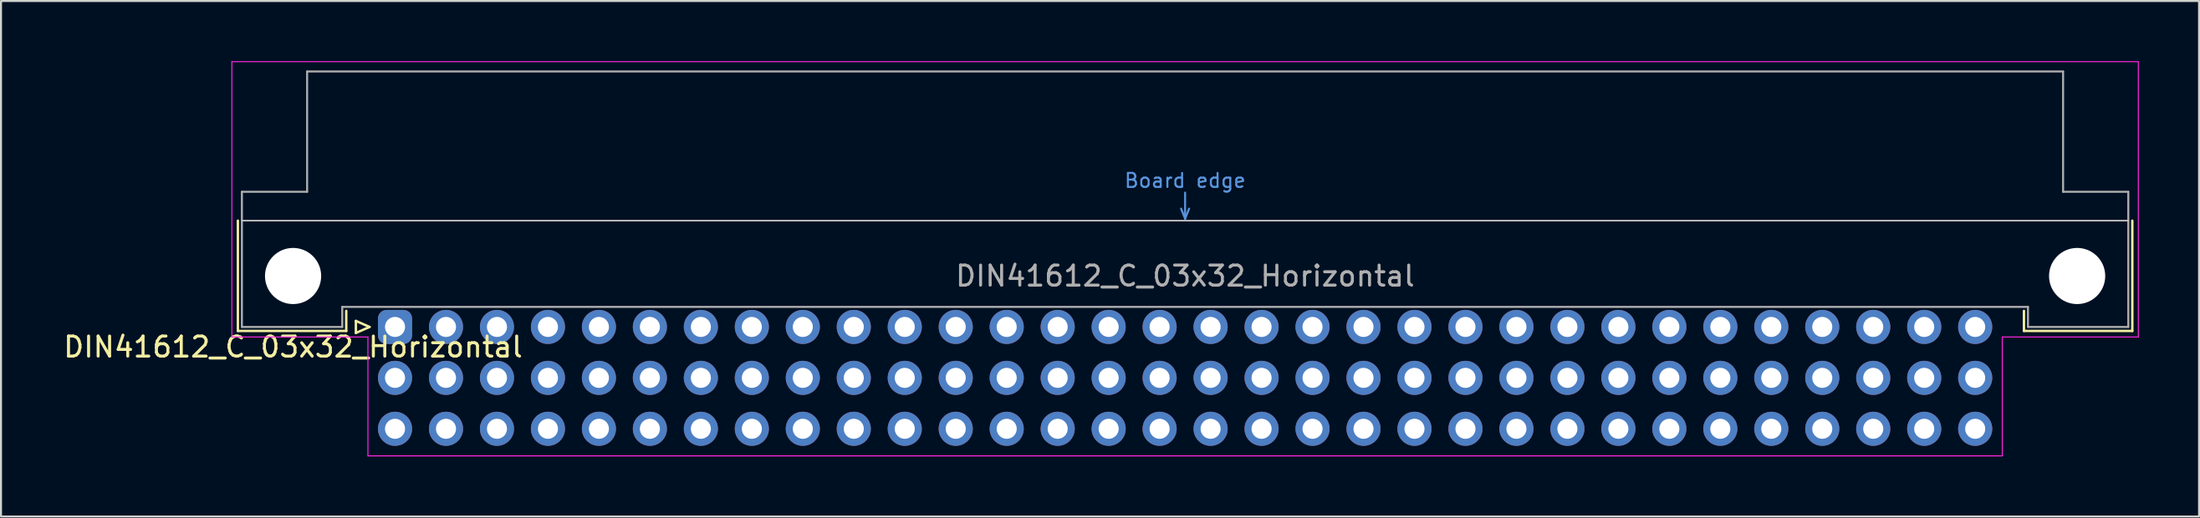
<source format=kicad_pcb>
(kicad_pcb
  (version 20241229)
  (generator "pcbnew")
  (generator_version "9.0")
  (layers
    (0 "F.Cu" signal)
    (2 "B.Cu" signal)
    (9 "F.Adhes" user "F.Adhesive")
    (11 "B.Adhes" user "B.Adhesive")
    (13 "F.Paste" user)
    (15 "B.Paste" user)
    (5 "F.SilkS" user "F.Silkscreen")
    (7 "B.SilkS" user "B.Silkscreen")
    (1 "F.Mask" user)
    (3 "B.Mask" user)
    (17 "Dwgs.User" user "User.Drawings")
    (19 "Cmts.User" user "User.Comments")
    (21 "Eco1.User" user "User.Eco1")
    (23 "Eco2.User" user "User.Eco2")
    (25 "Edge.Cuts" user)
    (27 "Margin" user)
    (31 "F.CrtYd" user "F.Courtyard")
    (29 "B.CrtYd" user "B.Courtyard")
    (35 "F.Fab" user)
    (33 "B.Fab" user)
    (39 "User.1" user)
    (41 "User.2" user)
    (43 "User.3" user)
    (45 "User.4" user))
  (footprint "DIN41612_C_03x32_Horizontal"
    (layer "F.Cu")
    (at 16.634 13.255)
    (property "Reference" "DIN41612_C_03x32_Horizontal" (at -5.08 1 0) (layer "F.SilkS") (effects (font (size 1 1) (thickness 0.15))))
    (attr through_hole)
    (fp_line (start -7.83 -5.3) (end -7.83 0.2) (stroke (width 0.12) (type solid)) (layer "F.SilkS"))
    (fp_line (start -7.83 0.2) (end -2.43 0.2) (stroke (width 0.12) (type solid)) (layer "F.SilkS"))
    (fp_line (start -2.43 0.2) (end -2.43 -0.8) (stroke (width 0.12) (type solid)) (layer "F.SilkS"))
    (fp_line (start -1.95 -0.3) (end -1.95 0.3) (stroke (width 0.12) (type solid)) (layer "F.SilkS"))
    (fp_line (start -1.95 0.3) (end -1.27 0) (stroke (width 0.12) (type solid)) (layer "F.SilkS"))
    (fp_line (start -1.27 0) (end -1.95 -0.3) (stroke (width 0.12) (type solid)) (layer "F.SilkS"))
    (fp_line (start 81.17 0.2) (end 81.17 -0.8) (stroke (width 0.12) (type solid)) (layer "F.SilkS"))
    (fp_line (start 86.57 -5.3) (end 86.57 0.2) (stroke (width 0.12) (type solid)) (layer "F.SilkS"))
    (fp_line (start 86.57 0.2) (end 81.17 0.2) (stroke (width 0.12) (type solid)) (layer "F.SilkS"))
    (fp_line (start -7.63 -5.3) (end 86.37 -5.3) (stroke (width 0.08) (type solid)) (layer "Dwgs.User"))
    (fp_line (start 39.17 -5.9) (end 39.37 -5.4) (stroke (width 0.1) (type solid)) (layer "Cmts.User"))
    (fp_line (start 39.37 -5.4) (end 39.37 -6.7) (stroke (width 0.1) (type solid)) (layer "Cmts.User"))
    (fp_line (start 39.37 -5.4) (end 39.57 -5.9) (stroke (width 0.1) (type solid)) (layer "Cmts.User"))
    (fp_line (start -8.13 -13.23) (end -8.13 0.5) (stroke (width 0.05) (type solid)) (layer "F.CrtYd"))
    (fp_line (start -8.13 0.5) (end -1.35 0.5) (stroke (width 0.05) (type solid)) (layer "F.CrtYd"))
    (fp_line (start -1.35 0.5) (end -1.35 6.43) (stroke (width 0.05) (type solid)) (layer "F.CrtYd"))
    (fp_line (start -1.35 6.43) (end 80.09 6.43) (stroke (width 0.05) (type solid)) (layer "F.CrtYd"))
    (fp_line (start 80.09 0.5) (end 86.87 0.5) (stroke (width 0.05) (type solid)) (layer "F.CrtYd"))
    (fp_line (start 80.09 6.43) (end 80.09 0.5) (stroke (width 0.05) (type solid)) (layer "F.CrtYd"))
    (fp_line (start 86.87 -13.23) (end -8.13 -13.23) (stroke (width 0.05) (type solid)) (layer "F.CrtYd"))
    (fp_line (start 86.87 0.5) (end 86.87 -13.23) (stroke (width 0.05) (type solid)) (layer "F.CrtYd"))
    (fp_line (start -7.63 -6.74) (end -7.63 0) (stroke (width 0.1) (type solid)) (layer "F.Fab"))
    (fp_line (start -7.63 0) (end -2.63 0) (stroke (width 0.1) (type solid)) (layer "F.Fab"))
    (fp_line (start -4.38 -12.74) (end -4.38 -6.74) (stroke (width 0.1) (type solid)) (layer "F.Fab"))
    (fp_line (start -4.38 -6.74) (end -7.63 -6.74) (stroke (width 0.1) (type solid)) (layer "F.Fab"))
    (fp_line (start -2.63 -1) (end 81.37 -1) (stroke (width 0.1) (type solid)) (layer "F.Fab"))
    (fp_line (start -2.63 0) (end -2.63 -1) (stroke (width 0.1) (type solid)) (layer "F.Fab"))
    (fp_line (start 81.37 -1) (end 81.37 0) (stroke (width 0.1) (type solid)) (layer "F.Fab"))
    (fp_line (start 81.37 0) (end 86.37 0) (stroke (width 0.1) (type solid)) (layer "F.Fab"))
    (fp_line (start 83.12 -12.74) (end -4.38 -12.74) (stroke (width 0.1) (type solid)) (layer "F.Fab"))
    (fp_line (start 83.12 -6.74) (end 83.12 -12.74) (stroke (width 0.1) (type solid)) (layer "F.Fab"))
    (fp_line (start 86.37 -6.74) (end 83.12 -6.74) (stroke (width 0.1) (type solid)) (layer "F.Fab"))
    (fp_line (start 86.37 0) (end 86.37 -6.74) (stroke (width 0.1) (type solid)) (layer "F.Fab"))
    (fp_text user "Board edge" (at 39.37 -7.3 0) (layer "Cmts.User") (effects (font (size 0.7 0.7) (thickness 0.1))))
    (fp_text user "${REFERENCE}" (at 39.37 -2.54 0) (layer "F.Fab") (effects (font (size 1 1) (thickness 0.15))))
    (pad "" np_thru_hole circle (at -5.08 -2.54) (size 2.8 2.8) (drill 2.8) (layers "*.Cu" "*.Mask"))
    (pad "" np_thru_hole circle (at 83.82 -2.54) (size 2.8 2.8) (drill 2.8) (layers "*.Cu" "*.Mask"))
    (pad "a1" thru_hole roundrect (at 0 0) (size 1.7 1.7) (drill 1) (layers "*.Cu" "*.Mask") (roundrect_rratio 0.25))
    (pad "a2" thru_hole circle (at 2.54 0) (size 1.7 1.7) (drill 1) (layers "*.Cu" "*.Mask"))
    (pad "a3" thru_hole circle (at 5.08 0) (size 1.7 1.7) (drill 1) (layers "*.Cu" "*.Mask"))
    (pad "a4" thru_hole circle (at 7.62 0) (size 1.7 1.7) (drill 1) (layers "*.Cu" "*.Mask"))
    (pad "a5" thru_hole circle (at 10.16 0) (size 1.7 1.7) (drill 1) (layers "*.Cu" "*.Mask"))
    (pad "a6" thru_hole circle (at 12.7 0) (size 1.7 1.7) (drill 1) (layers "*.Cu" "*.Mask"))
    (pad "a7" thru_hole circle (at 15.24 0) (size 1.7 1.7) (drill 1) (layers "*.Cu" "*.Mask"))
    (pad "a8" thru_hole circle (at 17.78 0) (size 1.7 1.7) (drill 1) (layers "*.Cu" "*.Mask"))
    (pad "a9" thru_hole circle (at 20.32 0) (size 1.7 1.7) (drill 1) (layers "*.Cu" "*.Mask"))
    (pad "a10" thru_hole circle (at 22.86 0) (size 1.7 1.7) (drill 1) (layers "*.Cu" "*.Mask"))
    (pad "a11" thru_hole circle (at 25.4 0) (size 1.7 1.7) (drill 1) (layers "*.Cu" "*.Mask"))
    (pad "a12" thru_hole circle (at 27.94 0) (size 1.7 1.7) (drill 1) (layers "*.Cu" "*.Mask"))
    (pad "a13" thru_hole circle (at 30.48 0) (size 1.7 1.7) (drill 1) (layers "*.Cu" "*.Mask"))
    (pad "a14" thru_hole circle (at 33.02 0) (size 1.7 1.7) (drill 1) (layers "*.Cu" "*.Mask"))
    (pad "a15" thru_hole circle (at 35.56 0) (size 1.7 1.7) (drill 1) (layers "*.Cu" "*.Mask"))
    (pad "a16" thru_hole circle (at 38.1 0) (size 1.7 1.7) (drill 1) (layers "*.Cu" "*.Mask"))
    (pad "a17" thru_hole circle (at 40.64 0) (size 1.7 1.7) (drill 1) (layers "*.Cu" "*.Mask"))
    (pad "a18" thru_hole circle (at 43.18 0) (size 1.7 1.7) (drill 1) (layers "*.Cu" "*.Mask"))
    (pad "a19" thru_hole circle (at 45.72 0) (size 1.7 1.7) (drill 1) (layers "*.Cu" "*.Mask"))
    (pad "a20" thru_hole circle (at 48.26 0) (size 1.7 1.7) (drill 1) (layers "*.Cu" "*.Mask"))
    (pad "a21" thru_hole circle (at 50.8 0) (size 1.7 1.7) (drill 1) (layers "*.Cu" "*.Mask"))
    (pad "a22" thru_hole circle (at 53.34 0) (size 1.7 1.7) (drill 1) (layers "*.Cu" "*.Mask"))
    (pad "a23" thru_hole circle (at 55.88 0) (size 1.7 1.7) (drill 1) (layers "*.Cu" "*.Mask"))
    (pad "a24" thru_hole circle (at 58.42 0) (size 1.7 1.7) (drill 1) (layers "*.Cu" "*.Mask"))
    (pad "a25" thru_hole circle (at 60.96 0) (size 1.7 1.7) (drill 1) (layers "*.Cu" "*.Mask"))
    (pad "a26" thru_hole circle (at 63.5 0) (size 1.7 1.7) (drill 1) (layers "*.Cu" "*.Mask"))
    (pad "a27" thru_hole circle (at 66.04 0) (size 1.7 1.7) (drill 1) (layers "*.Cu" "*.Mask"))
    (pad "a28" thru_hole circle (at 68.58 0) (size 1.7 1.7) (drill 1) (layers "*.Cu" "*.Mask"))
    (pad "a29" thru_hole circle (at 71.12 0) (size 1.7 1.7) (drill 1) (layers "*.Cu" "*.Mask"))
    (pad "a30" thru_hole circle (at 73.66 0) (size 1.7 1.7) (drill 1) (layers "*.Cu" "*.Mask"))
    (pad "a31" thru_hole circle (at 76.2 0) (size 1.7 1.7) (drill 1) (layers "*.Cu" "*.Mask"))
    (pad "a32" thru_hole circle (at 78.74 0) (size 1.7 1.7) (drill 1) (layers "*.Cu" "*.Mask"))
    (pad "b1" thru_hole circle (at 0 2.54) (size 1.7 1.7) (drill 1) (layers "*.Cu" "*.Mask"))
    (pad "b2" thru_hole circle (at 2.54 2.54) (size 1.7 1.7) (drill 1) (layers "*.Cu" "*.Mask"))
    (pad "b3" thru_hole circle (at 5.08 2.54) (size 1.7 1.7) (drill 1) (layers "*.Cu" "*.Mask"))
    (pad "b4" thru_hole circle (at 7.62 2.54) (size 1.7 1.7) (drill 1) (layers "*.Cu" "*.Mask"))
    (pad "b5" thru_hole circle (at 10.16 2.54) (size 1.7 1.7) (drill 1) (layers "*.Cu" "*.Mask"))
    (pad "b6" thru_hole circle (at 12.7 2.54) (size 1.7 1.7) (drill 1) (layers "*.Cu" "*.Mask"))
    (pad "b7" thru_hole circle (at 15.24 2.54) (size 1.7 1.7) (drill 1) (layers "*.Cu" "*.Mask"))
    (pad "b8" thru_hole circle (at 17.78 2.54) (size 1.7 1.7) (drill 1) (layers "*.Cu" "*.Mask"))
    (pad "b9" thru_hole circle (at 20.32 2.54) (size 1.7 1.7) (drill 1) (layers "*.Cu" "*.Mask"))
    (pad "b10" thru_hole circle (at 22.86 2.54) (size 1.7 1.7) (drill 1) (layers "*.Cu" "*.Mask"))
    (pad "b11" thru_hole circle (at 25.4 2.54) (size 1.7 1.7) (drill 1) (layers "*.Cu" "*.Mask"))
    (pad "b12" thru_hole circle (at 27.94 2.54) (size 1.7 1.7) (drill 1) (layers "*.Cu" "*.Mask"))
    (pad "b13" thru_hole circle (at 30.48 2.54) (size 1.7 1.7) (drill 1) (layers "*.Cu" "*.Mask"))
    (pad "b14" thru_hole circle (at 33.02 2.54) (size 1.7 1.7) (drill 1) (layers "*.Cu" "*.Mask"))
    (pad "b15" thru_hole circle (at 35.56 2.54) (size 1.7 1.7) (drill 1) (layers "*.Cu" "*.Mask"))
    (pad "b16" thru_hole circle (at 38.1 2.54) (size 1.7 1.7) (drill 1) (layers "*.Cu" "*.Mask"))
    (pad "b17" thru_hole circle (at 40.64 2.54) (size 1.7 1.7) (drill 1) (layers "*.Cu" "*.Mask"))
    (pad "b18" thru_hole circle (at 43.18 2.54) (size 1.7 1.7) (drill 1) (layers "*.Cu" "*.Mask"))
    (pad "b19" thru_hole circle (at 45.72 2.54) (size 1.7 1.7) (drill 1) (layers "*.Cu" "*.Mask"))
    (pad "b20" thru_hole circle (at 48.26 2.54) (size 1.7 1.7) (drill 1) (layers "*.Cu" "*.Mask"))
    (pad "b21" thru_hole circle (at 50.8 2.54) (size 1.7 1.7) (drill 1) (layers "*.Cu" "*.Mask"))
    (pad "b22" thru_hole circle (at 53.34 2.54) (size 1.7 1.7) (drill 1) (layers "*.Cu" "*.Mask"))
    (pad "b23" thru_hole circle (at 55.88 2.54) (size 1.7 1.7) (drill 1) (layers "*.Cu" "*.Mask"))
    (pad "b24" thru_hole circle (at 58.42 2.54) (size 1.7 1.7) (drill 1) (layers "*.Cu" "*.Mask"))
    (pad "b25" thru_hole circle (at 60.96 2.54) (size 1.7 1.7) (drill 1) (layers "*.Cu" "*.Mask"))
    (pad "b26" thru_hole circle (at 63.5 2.54) (size 1.7 1.7) (drill 1) (layers "*.Cu" "*.Mask"))
    (pad "b27" thru_hole circle (at 66.04 2.54) (size 1.7 1.7) (drill 1) (layers "*.Cu" "*.Mask"))
    (pad "b28" thru_hole circle (at 68.58 2.54) (size 1.7 1.7) (drill 1) (layers "*.Cu" "*.Mask"))
    (pad "b29" thru_hole circle (at 71.12 2.54) (size 1.7 1.7) (drill 1) (layers "*.Cu" "*.Mask"))
    (pad "b30" thru_hole circle (at 73.66 2.54) (size 1.7 1.7) (drill 1) (layers "*.Cu" "*.Mask"))
    (pad "b31" thru_hole circle (at 76.2 2.54) (size 1.7 1.7) (drill 1) (layers "*.Cu" "*.Mask"))
    (pad "b32" thru_hole circle (at 78.74 2.54) (size 1.7 1.7) (drill 1) (layers "*.Cu" "*.Mask"))
    (pad "c1" thru_hole circle (at 0 5.08) (size 1.7 1.7) (drill 1) (layers "*.Cu" "*.Mask"))
    (pad "c2" thru_hole circle (at 2.54 5.08) (size 1.7 1.7) (drill 1) (layers "*.Cu" "*.Mask"))
    (pad "c3" thru_hole circle (at 5.08 5.08) (size 1.7 1.7) (drill 1) (layers "*.Cu" "*.Mask"))
    (pad "c4" thru_hole circle (at 7.62 5.08) (size 1.7 1.7) (drill 1) (layers "*.Cu" "*.Mask"))
    (pad "c5" thru_hole circle (at 10.16 5.08) (size 1.7 1.7) (drill 1) (layers "*.Cu" "*.Mask"))
    (pad "c6" thru_hole circle (at 12.7 5.08) (size 1.7 1.7) (drill 1) (layers "*.Cu" "*.Mask"))
    (pad "c7" thru_hole circle (at 15.24 5.08) (size 1.7 1.7) (drill 1) (layers "*.Cu" "*.Mask"))
    (pad "c8" thru_hole circle (at 17.78 5.08) (size 1.7 1.7) (drill 1) (layers "*.Cu" "*.Mask"))
    (pad "c9" thru_hole circle (at 20.32 5.08) (size 1.7 1.7) (drill 1) (layers "*.Cu" "*.Mask"))
    (pad "c10" thru_hole circle (at 22.86 5.08) (size 1.7 1.7) (drill 1) (layers "*.Cu" "*.Mask"))
    (pad "c11" thru_hole circle (at 25.4 5.08) (size 1.7 1.7) (drill 1) (layers "*.Cu" "*.Mask"))
    (pad "c12" thru_hole circle (at 27.94 5.08) (size 1.7 1.7) (drill 1) (layers "*.Cu" "*.Mask"))
    (pad "c13" thru_hole circle (at 30.48 5.08) (size 1.7 1.7) (drill 1) (layers "*.Cu" "*.Mask"))
    (pad "c14" thru_hole circle (at 33.02 5.08) (size 1.7 1.7) (drill 1) (layers "*.Cu" "*.Mask"))
    (pad "c15" thru_hole circle (at 35.56 5.08) (size 1.7 1.7) (drill 1) (layers "*.Cu" "*.Mask"))
    (pad "c16" thru_hole circle (at 38.1 5.08) (size 1.7 1.7) (drill 1) (layers "*.Cu" "*.Mask"))
    (pad "c17" thru_hole circle (at 40.64 5.08) (size 1.7 1.7) (drill 1) (layers "*.Cu" "*.Mask"))
    (pad "c18" thru_hole circle (at 43.18 5.08) (size 1.7 1.7) (drill 1) (layers "*.Cu" "*.Mask"))
    (pad "c19" thru_hole circle (at 45.72 5.08) (size 1.7 1.7) (drill 1) (layers "*.Cu" "*.Mask"))
    (pad "c20" thru_hole circle (at 48.26 5.08) (size 1.7 1.7) (drill 1) (layers "*.Cu" "*.Mask"))
    (pad "c21" thru_hole circle (at 50.8 5.08) (size 1.7 1.7) (drill 1) (layers "*.Cu" "*.Mask"))
    (pad "c22" thru_hole circle (at 53.34 5.08) (size 1.7 1.7) (drill 1) (layers "*.Cu" "*.Mask"))
    (pad "c23" thru_hole circle (at 55.88 5.08) (size 1.7 1.7) (drill 1) (layers "*.Cu" "*.Mask"))
    (pad "c24" thru_hole circle (at 58.42 5.08) (size 1.7 1.7) (drill 1) (layers "*.Cu" "*.Mask"))
    (pad "c25" thru_hole circle (at 60.96 5.08) (size 1.7 1.7) (drill 1) (layers "*.Cu" "*.Mask"))
    (pad "c26" thru_hole circle (at 63.5 5.08) (size 1.7 1.7) (drill 1) (layers "*.Cu" "*.Mask"))
    (pad "c27" thru_hole circle (at 66.04 5.08) (size 1.7 1.7) (drill 1) (layers "*.Cu" "*.Mask"))
    (pad "c28" thru_hole circle (at 68.58 5.08) (size 1.7 1.7) (drill 1) (layers "*.Cu" "*.Mask"))
    (pad "c29" thru_hole circle (at 71.12 5.08) (size 1.7 1.7) (drill 1) (layers "*.Cu" "*.Mask"))
    (pad "c30" thru_hole circle (at 73.66 5.08) (size 1.7 1.7) (drill 1) (layers "*.Cu" "*.Mask"))
    (pad "c31" thru_hole circle (at 76.2 5.08) (size 1.7 1.7) (drill 1) (layers "*.Cu" "*.Mask"))
    (pad "c32" thru_hole circle (at 78.74 5.08) (size 1.7 1.7) (drill 1) (layers "*.Cu" "*.Mask")))
  (gr_rect
    (start -3 -3)
    (end 106.529 22.71)
    (stroke (width 0.1) (type default))
    (fill no)
    (layer "Edge.Cuts")))
</source>
